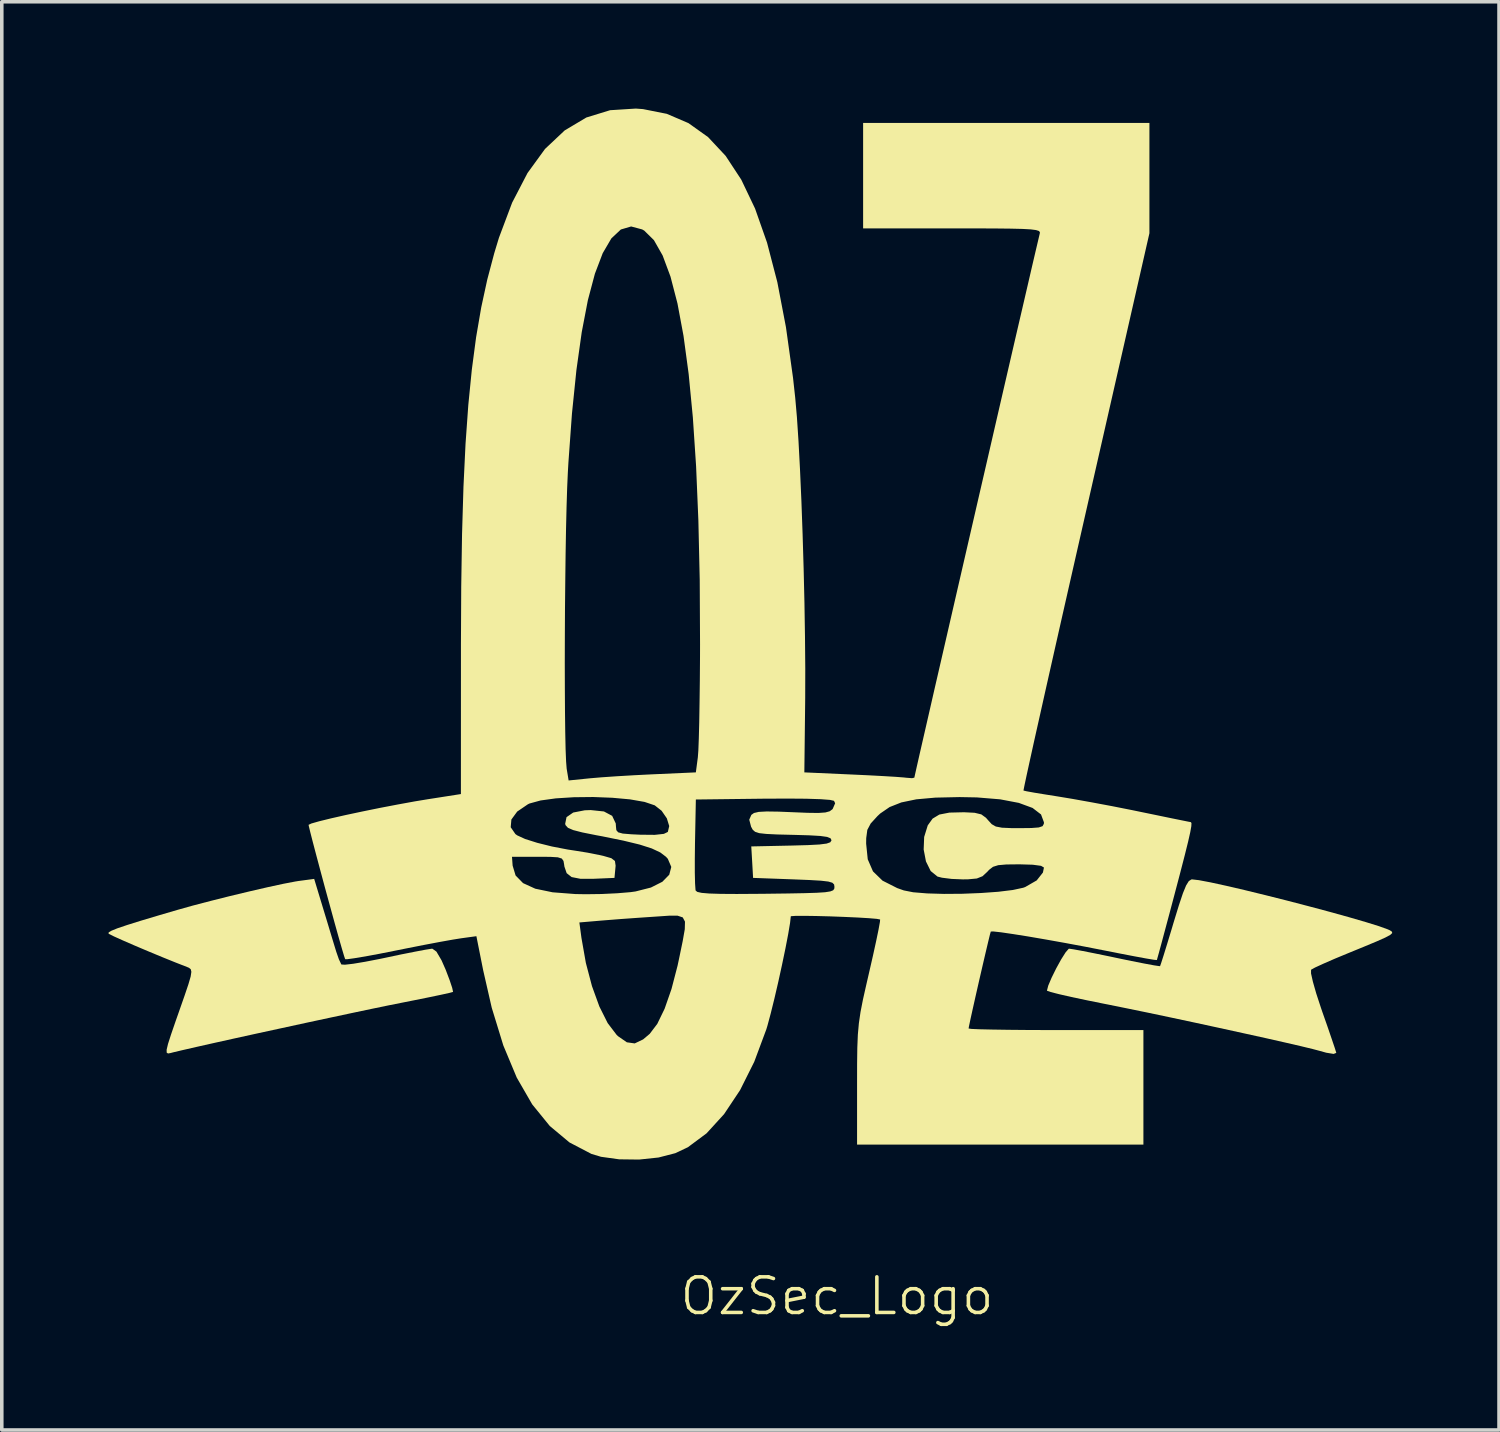
<source format=kicad_pcb>
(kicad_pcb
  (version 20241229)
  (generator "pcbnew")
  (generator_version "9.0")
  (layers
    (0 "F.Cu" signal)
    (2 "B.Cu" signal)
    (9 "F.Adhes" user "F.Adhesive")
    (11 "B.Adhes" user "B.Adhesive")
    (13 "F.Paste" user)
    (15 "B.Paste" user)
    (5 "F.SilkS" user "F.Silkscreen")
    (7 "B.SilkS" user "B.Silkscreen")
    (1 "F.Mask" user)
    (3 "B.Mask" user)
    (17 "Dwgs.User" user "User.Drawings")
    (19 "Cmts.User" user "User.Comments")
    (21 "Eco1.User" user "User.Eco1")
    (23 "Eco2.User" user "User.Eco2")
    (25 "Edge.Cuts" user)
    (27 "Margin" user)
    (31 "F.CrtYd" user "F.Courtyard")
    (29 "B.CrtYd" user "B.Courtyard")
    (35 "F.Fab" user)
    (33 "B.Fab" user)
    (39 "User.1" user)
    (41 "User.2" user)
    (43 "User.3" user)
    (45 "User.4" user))
  (footprint "OzSec_Logo"
    (layer "F.Cu")
    (at 20.314 18.902)
    (property "Reference" "OzSec_Logo" (at 0.15 14.46 0) (unlocked yes) (layer "F.SilkS") (effects (font (size 1 1) (thickness 0.1))))
    (attr smd)
    (fp_poly (pts (xy -14.273 3.613) (xy -14.153 4.008) (xy -14.043 4.374) (xy -13.956 4.66) (xy -13.918 4.784) (xy -13.844 4.997) (xy -13.779 5.133) (xy -13.772 5.143) (xy -13.673 5.149) (xy -13.44 5.122) (xy -13.105 5.066) (xy -12.697 4.987) (xy -12.534 4.953) (xy -12.1 4.861) (xy -11.717 4.785) (xy -11.421 4.729) (xy -11.244 4.701) (xy -11.218 4.699) (xy -11.104 4.781) (xy -10.961 5.024) (xy -10.843 5.292) (xy -10.734 5.579) (xy -10.661 5.798) (xy -10.637 5.909) (xy -10.639 5.914) (xy -10.73 5.939) (xy -10.959 5.99) (xy -11.298 6.061) (xy -11.719 6.146) (xy -12.071 6.216) (xy -12.438 6.289) (xy -12.917 6.388) (xy -13.482 6.507) (xy -14.11 6.641) (xy -14.777 6.784) (xy -15.458 6.932) (xy -16.13 7.078) (xy -16.768 7.218) (xy -17.348 7.347) (xy -17.846 7.459) (xy -18.238 7.549) (xy -18.5 7.611) (xy -18.571 7.63) (xy -18.643 7.643) (xy -18.681 7.62) (xy -18.683 7.538) (xy -18.644 7.374) (xy -18.558 7.106) (xy -18.422 6.711) (xy -18.342 6.484) (xy -18.181 6.024) (xy -18.071 5.698) (xy -18.008 5.482) (xy -17.988 5.349) (xy -18.005 5.276) (xy -18.055 5.236) (xy -18.107 5.214) (xy -18.432 5.087) (xy -18.808 4.935) (xy -19.203 4.771) (xy -19.583 4.61) (xy -19.914 4.466) (xy -20.165 4.353) (xy -20.301 4.285) (xy -20.314 4.276) (xy -20.312 4.242) (xy -20.235 4.195) (xy -20.068 4.127) (xy -19.796 4.035) (xy -19.403 3.912) (xy -18.874 3.754) (xy -18.379 3.609) (xy -17.951 3.489) (xy -17.446 3.357) (xy -16.901 3.22) (xy -16.354 3.089) (xy -15.843 2.971) (xy -15.404 2.876) (xy -15.075 2.813) (xy -14.977 2.797) (xy -14.538 2.738)) (stroke (width 0) (type solid)) (fill yes) (layer "F.SilkS"))
    (fp_poly (pts (xy 10.316 2.774) (xy 10.643 2.836) (xy 11.079 2.931) (xy 11.599 3.052) (xy 12.177 3.193) (xy 12.785 3.346) (xy 13.399 3.506) (xy 13.991 3.664) (xy 14.535 3.815) (xy 15.006 3.952) (xy 15.376 4.067) (xy 15.62 4.155) (xy 15.684 4.184) (xy 15.738 4.221) (xy 15.747 4.26) (xy 15.692 4.311) (xy 15.553 4.386) (xy 15.313 4.493) (xy 14.951 4.644) (xy 14.514 4.823) (xy 14.135 4.98) (xy 13.812 5.121) (xy 13.579 5.228) (xy 13.469 5.289) (xy 13.467 5.291) (xy 13.466 5.394) (xy 13.518 5.626) (xy 13.613 5.959) (xy 13.746 6.364) (xy 13.784 6.476) (xy 13.926 6.88) (xy 14.044 7.225) (xy 14.13 7.479) (xy 14.172 7.613) (xy 14.175 7.626) (xy 14.101 7.655) (xy 13.893 7.621) (xy 13.71 7.57) (xy 13.514 7.518) (xy 13.176 7.436) (xy 12.721 7.331) (xy 12.173 7.207) (xy 11.555 7.071) (xy 10.894 6.926) (xy 10.211 6.778) (xy 9.532 6.633) (xy 8.882 6.496) (xy 8.283 6.373) (xy 7.76 6.267) (xy 7.677 6.251) (xy 7.177 6.15) (xy 6.739 6.057) (xy 6.388 5.977) (xy 6.15 5.916) (xy 6.049 5.88) (xy 6.047 5.877) (xy 6.084 5.736) (xy 6.179 5.512) (xy 6.308 5.251) (xy 6.447 4.999) (xy 6.572 4.801) (xy 6.658 4.703) (xy 6.67 4.699) (xy 6.789 4.716) (xy 7.042 4.762) (xy 7.395 4.832) (xy 7.815 4.918) (xy 7.993 4.956) (xy 8.421 5.045) (xy 8.786 5.117) (xy 9.057 5.167) (xy 9.206 5.189) (xy 9.225 5.189) (xy 9.255 5.104) (xy 9.325 4.885) (xy 9.425 4.562) (xy 9.546 4.163) (xy 9.607 3.958) (xy 9.754 3.479) (xy 9.867 3.141) (xy 9.957 2.922) (xy 10.032 2.801) (xy 10.102 2.755) (xy 10.126 2.752)) (stroke (width 0) (type solid)) (fill yes) (layer "F.SilkS"))
    (fp_poly (pts (xy -5.3 -18.887) (xy -4.631 -18.754) (xy -4.023 -18.493) (xy -3.473 -18.101) (xy -2.979 -17.573) (xy -2.54 -16.905) (xy -2.153 -16.094) (xy -1.816 -15.136) (xy -1.527 -14.026) (xy -1.285 -12.762) (xy -1.086 -11.338) (xy -1.024 -10.773) (xy -0.977 -10.236) (xy -0.932 -9.557) (xy -0.89 -8.764) (xy -0.851 -7.886) (xy -0.817 -6.948) (xy -0.788 -5.98) (xy -0.765 -5.009) (xy -0.75 -4.062) (xy -0.742 -3.168) (xy -0.744 -2.353) (xy -0.746 -2.159) (xy -0.768 -0.254) (xy 0.544 -0.195) (xy 1.017 -0.173) (xy 1.446 -0.15) (xy 1.795 -0.129) (xy 2.028 -0.111) (xy 2.089 -0.104) (xy 2.257 -0.091) (xy 2.322 -0.106) (xy 2.341 -0.193) (xy 2.394 -0.43) (xy 2.479 -0.805) (xy 2.593 -1.302) (xy 2.732 -1.908) (xy 2.892 -2.609) (xy 3.072 -3.39) (xy 3.267 -4.238) (xy 3.474 -5.138) (xy 3.69 -6.076) (xy 3.912 -7.039) (xy 4.136 -8.012) (xy 4.36 -8.981) (xy 4.579 -9.933) (xy 4.791 -10.852) (xy 4.993 -11.726) (xy 5.181 -12.539) (xy 5.353 -13.278) (xy 5.504 -13.929) (xy 5.631 -14.478) (xy 5.732 -14.91) (xy 5.803 -15.212) (xy 5.84 -15.369) (xy 5.845 -15.388) (xy 5.849 -15.43) (xy 5.82 -15.464) (xy 5.74 -15.489) (xy 5.593 -15.508) (xy 5.36 -15.521) (xy 5.025 -15.529) (xy 4.57 -15.534) (xy 3.976 -15.536) (xy 3.386 -15.536) (xy 0.883 -15.536) (xy 0.883 -17.018) (xy 0.883 -18.499) (xy 4.904 -18.499) (xy 8.926 -18.499) (xy 8.926 -16.95) (xy 8.926 -15.401) (xy 7.145 -7.584) (xy 6.89 -6.463) (xy 6.646 -5.389) (xy 6.416 -4.375) (xy 6.203 -3.431) (xy 6.009 -2.569) (xy 5.837 -1.8) (xy 5.688 -1.136) (xy 5.567 -0.587) (xy 5.475 -0.167) (xy 5.415 0.116) (xy 5.389 0.247) (xy 5.388 0.256) (xy 5.476 0.277) (xy 5.697 0.317) (xy 6.016 0.369) (xy 6.344 0.421) (xy 6.766 0.491) (xy 7.296 0.586) (xy 7.878 0.695) (xy 8.453 0.809) (xy 8.67 0.854) (xy 9.132 0.949) (xy 9.532 1.032) (xy 9.843 1.095) (xy 10.036 1.134) (xy 10.088 1.143) (xy 10.107 1.169) (xy 10.103 1.258) (xy 10.073 1.427) (xy 10.013 1.693) (xy 9.919 2.072) (xy 9.787 2.583) (xy 9.631 3.175) (xy 9.491 3.703) (xy 9.365 4.173) (xy 9.261 4.561) (xy 9.184 4.844) (xy 9.141 4.997) (xy 9.134 5.018) (xy 9.051 5.01) (xy 8.829 4.973) (xy 8.494 4.911) (xy 8.073 4.83) (xy 7.647 4.746) (xy 7.105 4.64) (xy 6.553 4.537) (xy 6.017 4.441) (xy 5.522 4.356) (xy 5.094 4.288) (xy 4.759 4.239) (xy 4.542 4.215) (xy 4.47 4.217) (xy 4.446 4.3) (xy 4.394 4.515) (xy 4.32 4.828) (xy 4.232 5.206) (xy 4.138 5.614) (xy 4.046 6.019) (xy 3.963 6.389) (xy 3.897 6.688) (xy 3.856 6.883) (xy 3.846 6.941) (xy 3.927 6.953) (xy 4.157 6.963) (xy 4.513 6.971) (xy 4.976 6.978) (xy 5.524 6.983) (xy 6.136 6.985) (xy 6.301 6.985) (xy 8.757 6.985) (xy 8.757 8.594) (xy 8.757 10.203) (xy 4.735 10.203) (xy 0.713 10.203) (xy 0.713 8.512) (xy 0.714 7.931) (xy 0.72 7.479) (xy 0.735 7.113) (xy 0.764 6.793) (xy 0.81 6.478) (xy 0.879 6.125) (xy 0.976 5.695) (xy 1.052 5.365) (xy 1.16 4.893) (xy 1.25 4.482) (xy 1.317 4.158) (xy 1.355 3.948) (xy 1.361 3.879) (xy 1.267 3.861) (xy 1.043 3.842) (xy 0.726 3.823) (xy 0.351 3.806) (xy -0.046 3.791) (xy -0.43 3.781) (xy -0.764 3.776) (xy -1.013 3.777) (xy -1.14 3.786) (xy -1.149 3.791) (xy -1.169 3.974) (xy -1.221 4.285) (xy -1.299 4.69) (xy -1.395 5.151) (xy -1.501 5.635) (xy -1.61 6.104) (xy -1.714 6.524) (xy -1.804 6.859) (xy -1.836 6.965) (xy -2.175 7.875) (xy -2.574 8.673) (xy -3.023 9.347) (xy -3.515 9.886) (xy -4.039 10.276) (xy -4.391 10.443) (xy -4.863 10.565) (xy -5.411 10.623) (xy -5.971 10.616) (xy -6.48 10.545) (xy -6.75 10.464) (xy -7.366 10.142) (xy -7.919 9.68) (xy -8.412 9.074) (xy -8.847 8.321) (xy -9.225 7.416) (xy -9.55 6.357) (xy -9.79 5.307) (xy -9.981 4.348) (xy -10.412 4.407) (xy -10.643 4.444) (xy -11.001 4.508) (xy -11.445 4.592) (xy -11.937 4.689) (xy -12.236 4.749) (xy -12.699 4.841) (xy -13.101 4.916) (xy -13.415 4.968) (xy -13.613 4.995) (xy -13.667 4.994) (xy -13.697 4.907) (xy -13.763 4.685) (xy -13.857 4.356) (xy -13.967 3.962) (xy -7.088 3.962) (xy -7.03 4.394) (xy -6.906 5.098) (xy -6.734 5.751) (xy -6.526 6.324) (xy -6.293 6.789) (xy -6.043 7.118) (xy -6 7.159) (xy -5.754 7.329) (xy -5.533 7.36) (xy -5.297 7.247) (xy -5.112 7.091) (xy -4.9 6.812) (xy -4.693 6.385) (xy -4.5 5.831) (xy -4.329 5.174) (xy -4.285 4.967) (xy -4.186 4.489) (xy -4.127 4.154) (xy -4.121 3.939) (xy -4.184 3.82) (xy -4.328 3.772) (xy -4.569 3.772) (xy -4.921 3.796) (xy -4.98 3.8) (xy -5.436 3.831) (xy -5.912 3.865) (xy -6.33 3.898) (xy -6.468 3.909) (xy -7.088 3.962) (xy -13.967 3.962) (xy -13.971 3.947) (xy -14.097 3.488) (xy -14.229 3.007) (xy -14.357 2.531) (xy -14.475 2.089) (xy -14.575 1.709) (xy -14.649 1.42) (xy -14.681 1.287) (xy -9.017 1.287) (xy -8.885 1.479) (xy -8.833 1.516) (xy -8.613 1.617) (xy -8.272 1.725) (xy -7.858 1.828) (xy -7.417 1.913) (xy -7.203 1.946) (xy -6.86 2.001) (xy -6.512 2.07) (xy -6.415 2.092) (xy -6.19 2.157) (xy -6.089 2.235) (xy -6.07 2.368) (xy -6.077 2.446) (xy -6.102 2.71) (xy -6.681 2.735) (xy -7.061 2.735) (xy -7.306 2.687) (xy -7.445 2.577) (xy -7.509 2.39) (xy -7.515 2.344) (xy -7.534 2.234) (xy -7.582 2.167) (xy -7.693 2.132) (xy -7.904 2.119) (xy -8.247 2.117) (xy -8.261 2.117) (xy -8.981 2.117) (xy -8.963 2.366) (xy -8.88 2.642) (xy -8.67 2.857) (xy -8.326 3.014) (xy -7.839 3.115) (xy -7.201 3.164) (xy -6.907 3.169) (xy -6.467 3.163) (xy -6.027 3.142) (xy -5.655 3.111) (xy -5.51 3.091) (xy -5.078 2.981) (xy -4.757 2.819) (xy -4.563 2.621) (xy -4.506 2.402) (xy -4.602 2.177) (xy -3.845 2.177) (xy -3.845 2.565) (xy -3.838 2.864) (xy -3.826 3.04) (xy -3.821 3.067) (xy -3.774 3.104) (xy -3.653 3.131) (xy -3.44 3.149) (xy -3.118 3.159) (xy -2.668 3.162) (xy -2.072 3.158) (xy -1.85 3.156) (xy -1.231 3.148) (xy -0.761 3.139) (xy -0.419 3.128) (xy -0.185 3.113) (xy -0.039 3.09) (xy 0.04 3.059) (xy 0.072 3.017) (xy 0.078 2.964) (xy 0.068 2.895) (xy 0.019 2.846) (xy -0.094 2.813) (xy -0.299 2.789) (xy -0.621 2.77) (xy -1.065 2.752) (xy -2.208 2.71) (xy -2.233 2.268) (xy -2.259 1.826) (xy -1.132 1.802) (xy -0.667 1.789) (xy -0.345 1.772) (xy -0.15 1.747) (xy 0.968 1.747) (xy 1.013 2.188) (xy 1.16 2.527) (xy 1.429 2.788) (xy 1.84 2.996) (xy 2.026 3.062) (xy 2.29 3.114) (xy 2.68 3.146) (xy 3.154 3.16) (xy 3.672 3.156) (xy 4.194 3.135) (xy 4.68 3.1) (xy 5.088 3.05) (xy 5.38 2.987) (xy 5.436 2.967) (xy 5.759 2.781) (xy 5.934 2.56) (xy 5.963 2.419) (xy 5.881 2.371) (xy 5.648 2.34) (xy 5.282 2.329) (xy 5.258 2.329) (xy 4.905 2.333) (xy 4.678 2.353) (xy 4.532 2.399) (xy 4.424 2.482) (xy 4.37 2.54) (xy 4.238 2.663) (xy 4.078 2.727) (xy 3.833 2.75) (xy 3.683 2.752) (xy 3.37 2.739) (xy 3.099 2.705) (xy 2.973 2.673) (xy 2.781 2.517) (xy 2.648 2.247) (xy 2.584 1.912) (xy 2.598 1.56) (xy 2.698 1.237) (xy 2.702 1.23) (xy 2.835 1.045) (xy 3.024 0.931) (xy 3.307 0.876) (xy 3.717 0.866) (xy 4.016 0.881) (xy 4.203 0.926) (xy 4.334 1.021) (xy 4.397 1.093) (xy 4.497 1.202) (xy 4.611 1.267) (xy 4.782 1.3) (xy 5.055 1.312) (xy 5.267 1.313) (xy 5.611 1.309) (xy 5.818 1.293) (xy 5.924 1.257) (xy 5.96 1.192) (xy 5.963 1.149) (xy 5.881 0.928) (xy 5.643 0.745) (xy 5.257 0.603) (xy 4.732 0.503) (xy 4.077 0.449) (xy 3.592 0.44) (xy 2.914 0.455) (xy 2.377 0.503) (xy 1.957 0.59) (xy 1.628 0.72) (xy 1.364 0.901) (xy 1.286 0.974) (xy 1.096 1.182) (xy 1.001 1.362) (xy 0.97 1.593) (xy 0.968 1.747) (xy -0.15 1.747) (xy -0.145 1.747) (xy -0.04 1.71) (xy -0.007 1.659) (xy -0.006 1.651) (xy -0.033 1.597) (xy -0.129 1.559) (xy -0.32 1.532) (xy -0.63 1.514) (xy -1.084 1.501) (xy -1.089 1.501) (xy -1.534 1.49) (xy -1.84 1.475) (xy -2.036 1.453) (xy -2.152 1.415) (xy -2.218 1.357) (xy -2.264 1.273) (xy -2.265 1.27) (xy -2.316 1.075) (xy -2.257 0.94) (xy -2.183 0.887) (xy -2.049 0.856) (xy -1.826 0.844) (xy -1.486 0.849) (xy -1.121 0.864) (xy -0.679 0.882) (xy -0.374 0.886) (xy -0.177 0.872) (xy -0.057 0.839) (xy 0.018 0.784) (xy 0.029 0.771) (xy 0.097 0.614) (xy 0.065 0.545) (xy -0.047 0.519) (xy -0.312 0.499) (xy -0.715 0.486) (xy -1.239 0.482) (xy -1.869 0.485) (xy -1.917 0.485) (xy -3.816 0.508) (xy -3.84 1.732) (xy -3.845 2.177) (xy -4.602 2.177) (xy -4.602 2.176) (xy -4.655 2.117) (xy -4.816 1.995) (xy -5.054 1.883) (xy -5.391 1.775) (xy -5.848 1.664) (xy -6.446 1.542) (xy -6.61 1.512) (xy -7.005 1.433) (xy -7.261 1.367) (xy -7.409 1.303) (xy -7.476 1.229) (xy -7.487 1.191) (xy -7.449 1.004) (xy -7.261 0.874) (xy -6.936 0.811) (xy -6.769 0.805) (xy -6.398 0.844) (xy -6.167 0.967) (xy -6.066 1.181) (xy -6.06 1.27) (xy -6.05 1.369) (xy -5.998 1.43) (xy -5.869 1.465) (xy -5.63 1.485) (xy -5.375 1.497) (xy -4.968 1.501) (xy -4.714 1.473) (xy -4.603 1.419) (xy -4.564 1.254) (xy -4.631 1.037) (xy -4.778 0.824) (xy -4.971 0.672) (xy -5.256 0.576) (xy -5.667 0.504) (xy -6.162 0.459) (xy -6.701 0.438) (xy -7.244 0.444) (xy -7.75 0.476) (xy -8.178 0.535) (xy -8.488 0.62) (xy -8.534 0.642) (xy -8.835 0.847) (xy -8.998 1.07) (xy -9.017 1.287) (xy -14.681 1.287) (xy -14.69 1.25) (xy -14.695 1.219) (xy -14.617 1.182) (xy -14.399 1.12) (xy -14.07 1.039) (xy -13.656 0.945) (xy -13.186 0.845) (xy -12.686 0.743) (xy -12.184 0.647) (xy -11.707 0.56) (xy -11.349 0.501) (xy -10.416 0.355) (xy -10.415 -3.333) (xy -7.498 -3.333) (xy -7.496 -2.614) (xy -7.492 -1.956) (xy -7.485 -1.379) (xy -7.475 -0.907) (xy -7.461 -0.559) (xy -7.445 -0.358) (xy -7.444 -0.352) (xy -7.39 -0.027) (xy -6.789 -0.088) (xy -6.471 -0.115) (xy -6.038 -0.145) (xy -5.546 -0.174) (xy -5.048 -0.199) (xy -5.002 -0.201) (xy -3.816 -0.254) (xy -3.76 -0.677) (xy -3.746 -0.865) (xy -3.733 -1.198) (xy -3.721 -1.652) (xy -3.712 -2.203) (xy -3.704 -2.827) (xy -3.699 -3.499) (xy -3.698 -3.852) (xy -3.707 -5.664) (xy -3.745 -7.331) (xy -3.809 -8.853) (xy -3.9 -10.225) (xy -4.018 -11.446) (xy -4.162 -12.514) (xy -4.332 -13.426) (xy -4.528 -14.181) (xy -4.749 -14.775) (xy -4.994 -15.206) (xy -5.265 -15.473) (xy -5.324 -15.507) (xy -5.634 -15.59) (xy -5.923 -15.505) (xy -6.189 -15.255) (xy -6.432 -14.84) (xy -6.652 -14.262) (xy -6.849 -13.521) (xy -7.022 -12.619) (xy -7.171 -11.557) (xy -7.296 -10.336) (xy -7.396 -8.957) (xy -7.412 -8.678) (xy -7.431 -8.25) (xy -7.448 -7.711) (xy -7.463 -7.081) (xy -7.475 -6.383) (xy -7.484 -5.637) (xy -7.492 -4.866) (xy -7.496 -4.091) (xy -7.498 -3.333) (xy -10.415 -3.333) (xy -10.415 -3.844) (xy -10.407 -5.473) (xy -10.384 -6.946) (xy -10.344 -8.279) (xy -10.286 -9.484) (xy -10.208 -10.577) (xy -10.109 -11.571) (xy -9.989 -12.479) (xy -9.845 -13.317) (xy -9.676 -14.096) (xy -9.481 -14.833) (xy -9.348 -15.272) (xy -8.977 -16.259) (xy -8.545 -17.091) (xy -8.053 -17.768) (xy -7.501 -18.288) (xy -6.892 -18.651) (xy -6.225 -18.856) (xy -5.502 -18.902)) (stroke (width 0) (type solid)) (fill yes) (layer "F.SilkS")))
  (gr_rect
    (start -3 -3)
    (end 39.061 37.122)
    (stroke (width 0.1) (type default))
    (fill no)
    (layer "Edge.Cuts")))
</source>
